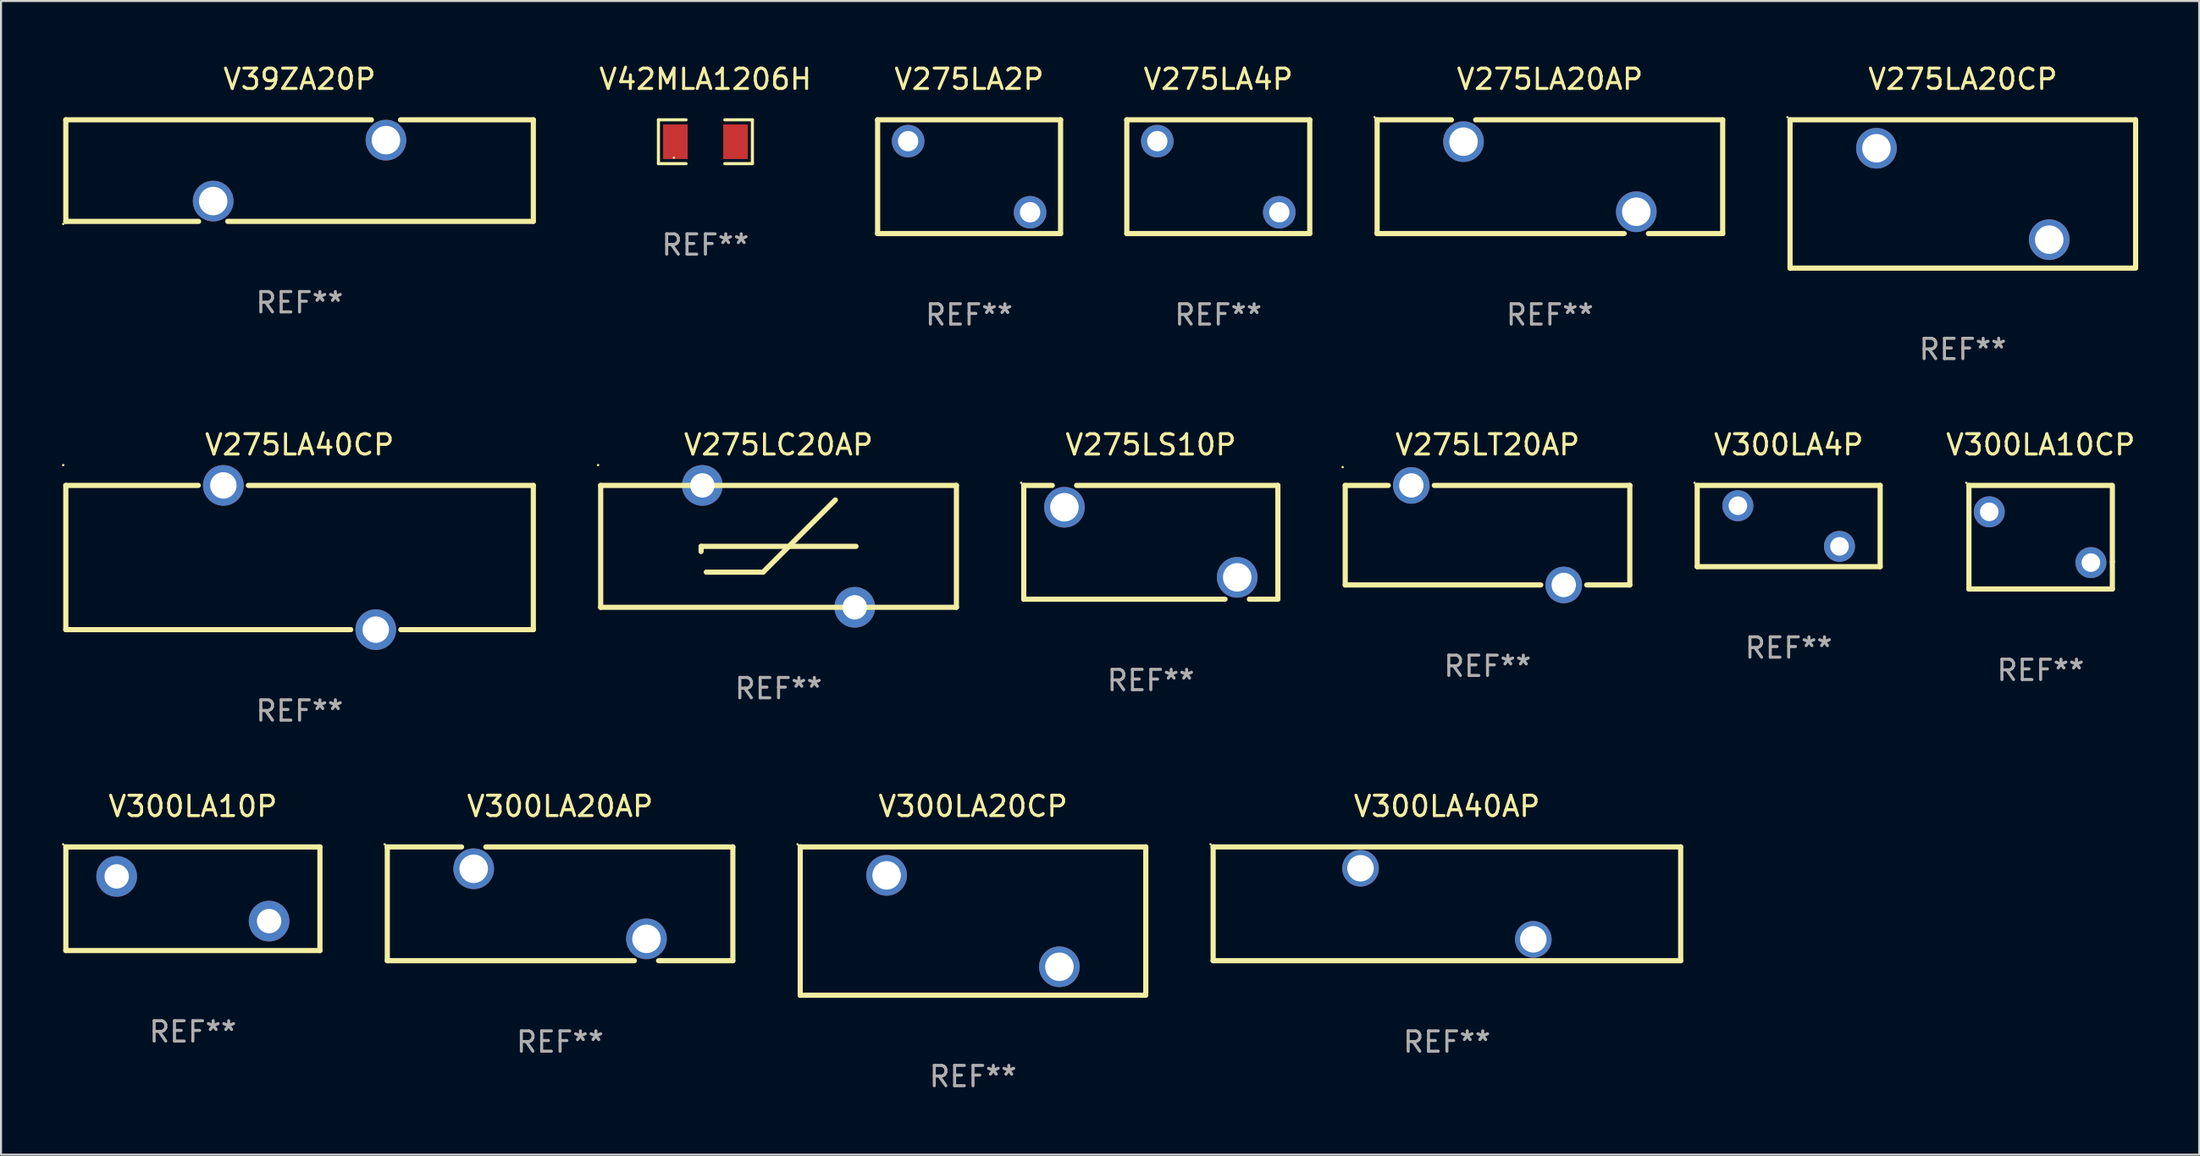
<source format=kicad_pcb>
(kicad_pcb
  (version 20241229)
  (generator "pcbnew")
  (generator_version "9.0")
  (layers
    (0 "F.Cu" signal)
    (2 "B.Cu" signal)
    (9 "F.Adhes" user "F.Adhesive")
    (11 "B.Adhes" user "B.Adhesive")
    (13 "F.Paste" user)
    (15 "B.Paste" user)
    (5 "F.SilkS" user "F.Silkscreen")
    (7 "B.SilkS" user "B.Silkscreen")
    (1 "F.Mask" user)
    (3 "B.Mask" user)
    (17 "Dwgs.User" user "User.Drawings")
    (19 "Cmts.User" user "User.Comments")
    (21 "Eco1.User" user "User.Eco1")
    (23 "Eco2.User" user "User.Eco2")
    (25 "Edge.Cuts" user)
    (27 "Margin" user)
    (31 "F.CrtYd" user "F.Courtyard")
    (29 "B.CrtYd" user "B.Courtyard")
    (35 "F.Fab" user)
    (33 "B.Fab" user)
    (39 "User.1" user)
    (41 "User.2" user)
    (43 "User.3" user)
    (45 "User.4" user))
  (footprint "V275LA20AP"
    (layer "F.Cu")
    (at 73.198 5.648)
    (property "Reference" "V275LA20AP" (at 0 -4.8 0) (layer "F.SilkS") (effects (font (size 1 1) (thickness 0.15))))
    (attr through_hole)
    (fp_line (start -8.5 -2.8) (end -4.847 -2.8) (stroke (width 0.254) (type solid)) (layer "F.SilkS"))
    (fp_line (start -8.5 2.8) (end -8.5 -2.8) (stroke (width 0.254) (type solid)) (layer "F.SilkS"))
    (fp_line (start -8.5 2.8) (end 3.652 2.8) (stroke (width 0.254) (type solid)) (layer "F.SilkS"))
    (fp_line (start -3.652 -2.8) (end 8.5 -2.8) (stroke (width 0.254) (type solid)) (layer "F.SilkS"))
    (fp_line (start 4.847 2.8) (end 8.5 2.8) (stroke (width 0.254) (type solid)) (layer "F.SilkS"))
    (fp_line (start 8.5 -2.8) (end 8.5 2.8) (stroke (width 0.254) (type solid)) (layer "F.SilkS"))
    (fp_circle (center -8.627 -2.927) (end -8.597 -2.927) (stroke (width 0.06) (type solid)) (fill no) (layer "F.SilkS"))
    (fp_text user "REF**" (at 0 6.8 0) (layer "F.Fab") (effects (font (size 1 1) (thickness 0.15))))
    (pad "1" thru_hole circle (at -4.25 -1.725) (size 2 2) (drill 1.4) (layers "*.Cu" "*.Mask"))
    (pad "2" thru_hole circle (at 4.25 1.725) (size 2 2) (drill 1.4) (layers "*.Cu" "*.Mask")))
  (footprint "V275LC20AP"
    (layer "F.Cu")
    (at 35.251 23.845)
    (property "Reference" "V275LC20AP" (at 0 -5 0) (layer "F.SilkS") (effects (font (size 1 1) (thickness 0.15))))
    (attr through_hole)
    (fp_line (start -8.75 -3) (end -8.75 3) (stroke (width 0.254) (type solid)) (layer "F.SilkS"))
    (fp_line (start -8.75 -3) (end 8.75 -3) (stroke (width 0.254) (type solid)) (layer "F.SilkS"))
    (fp_line (start -3.81 0) (end 3.81 0) (stroke (width 0.254) (type solid)) (layer "F.SilkS"))
    (fp_line (start -3.81 0.254) (end -3.81 0) (stroke (width 0.254) (type solid)) (layer "F.SilkS"))
    (fp_line (start -3.556 1.27) (end -0.762 1.27) (stroke (width 0.254) (type solid)) (layer "F.SilkS"))
    (fp_line (start -0.762 1.27) (end 2.794 -2.286) (stroke (width 0.254) (type solid)) (layer "F.SilkS"))
    (fp_line (start 8.75 3) (end -8.75 3) (stroke (width 0.254) (type solid)) (layer "F.SilkS"))
    (fp_line (start 8.75 3) (end 8.75 -3) (stroke (width 0.254) (type solid)) (layer "F.SilkS"))
    (fp_circle (center -8.877 -4) (end -8.847 -4) (stroke (width 0.06) (type solid)) (fill no) (layer "F.SilkS"))
    (fp_text user "REF**" (at 0 7 0) (layer "F.Fab") (effects (font (size 1 1) (thickness 0.15))))
    (pad "1" thru_hole circle (at -3.749 -3) (size 2 2) (drill 1.2) (layers "*.Cu" "*.Mask"))
    (pad "2" thru_hole circle (at 3.749 3) (size 2 2) (drill 1.2) (layers "*.Cu" "*.Mask")))
  (footprint "V300LA10P"
    (layer "F.Cu")
    (at 6.438 41.192)
    (property "Reference" "V300LA10P" (at 0 -4.55 0) (layer "F.SilkS") (effects (font (size 1 1) (thickness 0.15))))
    (attr through_hole)
    (fp_line (start -6.249 -2.55) (end 6.251 -2.55) (stroke (width 0.254) (type solid)) (layer "F.SilkS"))
    (fp_line (start -6.249 2.55) (end -6.249 -2.55) (stroke (width 0.254) (type solid)) (layer "F.SilkS"))
    (fp_line (start 6.251 -2.55) (end 6.251 2.55) (stroke (width 0.254) (type solid)) (layer "F.SilkS"))
    (fp_line (start 6.251 2.55) (end -6.251 2.55) (stroke (width 0.254) (type solid)) (layer "F.SilkS"))
    (fp_circle (center -6.378 -2.677) (end -6.348 -2.677) (stroke (width 0.06) (type solid)) (fill no) (layer "F.SilkS"))
    (fp_text user "REF**" (at 0 6.55 0) (layer "F.Fab") (effects (font (size 1 1) (thickness 0.15))))
    (pad "1" thru_hole circle (at -3.748 -1.1) (size 2 2) (drill 1.2) (layers "*.Cu" "*.Mask"))
    (pad "2" thru_hole circle (at 3.75 1.1) (size 2 2) (drill 1.2) (layers "*.Cu" "*.Mask")))
  (footprint "V275LT20AP"
    (layer "F.Cu")
    (at 70.129 23.295)
    (property "Reference" "V275LT20AP" (at 0 -4.45 0) (layer "F.SilkS") (effects (font (size 1 1) (thickness 0.15))))
    (attr through_hole)
    (fp_line (start -7 -2.45) (end -4.881 -2.45) (stroke (width 0.254) (type solid)) (layer "F.SilkS"))
    (fp_line (start -7 2.45) (end -7 -2.45) (stroke (width 0.254) (type solid)) (layer "F.SilkS"))
    (fp_line (start -7 2.45) (end 2.619 2.45) (stroke (width 0.254) (type solid)) (layer "F.SilkS"))
    (fp_line (start -2.619 -2.45) (end 7 -2.45) (stroke (width 0.254) (type solid)) (layer "F.SilkS"))
    (fp_line (start 4.881 2.45) (end 7 2.45) (stroke (width 0.254) (type solid)) (layer "F.SilkS"))
    (fp_line (start 7 -2.45) (end 7 2.45) (stroke (width 0.254) (type solid)) (layer "F.SilkS"))
    (fp_circle (center -7.127 -3.35) (end -7.097 -3.35) (stroke (width 0.06) (type solid)) (fill no) (layer "F.SilkS"))
    (fp_text user "REF**" (at 0 6.45 0) (layer "F.Fab") (effects (font (size 1 1) (thickness 0.15))))
    (pad "1" thru_hole circle (at -3.75 -2.45) (size 1.8 1.8) (drill 1.2) (layers "*.Cu" "*.Mask"))
    (pad "2" thru_hole circle (at 3.75 2.45) (size 1.8 1.8) (drill 1.2) (layers "*.Cu" "*.Mask")))
  (footprint "V300LA20CP"
    (layer "F.Cu")
    (at 44.817 42.291)
    (property "Reference" "V300LA20CP" (at 0 -5.65 0) (layer "F.SilkS") (effects (font (size 1 1) (thickness 0.15))))
    (attr through_hole)
    (fp_line (start -8.5 -3.65) (end -8.5 3.65) (stroke (width 0.254) (type solid)) (layer "F.SilkS"))
    (fp_line (start -8.5 -3.65) (end 8.5 -3.65) (stroke (width 0.254) (type solid)) (layer "F.SilkS"))
    (fp_line (start 8.5 -3.65) (end 8.5 3.556) (stroke (width 0.254) (type solid)) (layer "F.SilkS"))
    (fp_line (start 8.5 3.65) (end -8.5 3.65) (stroke (width 0.254) (type solid)) (layer "F.SilkS"))
    (fp_circle (center -8.627 -3.777) (end -8.597 -3.777) (stroke (width 0.06) (type solid)) (fill no) (layer "F.SilkS"))
    (fp_text user "REF**" (at 0 7.65 0) (layer "F.Fab") (effects (font (size 1 1) (thickness 0.15))))
    (pad "1" thru_hole circle (at -4.25 -2.25) (size 2 2) (drill 1.4) (layers "*.Cu" "*.Mask"))
    (pad "2" thru_hole circle (at 4.25 2.25) (size 2 2) (drill 1.4) (layers "*.Cu" "*.Mask")))
  (footprint "V275LA4P"
    (layer "F.Cu")
    (at 56.884 5.648)
    (property "Reference" "V275LA4P" (at 0 -4.8 0) (layer "F.SilkS") (effects (font (size 1 1) (thickness 0.15))))
    (attr through_hole)
    (fp_line (start -4.5 -2.8) (end 4.5 -2.8) (stroke (width 0.254) (type solid)) (layer "F.SilkS"))
    (fp_line (start -4.5 2.8) (end -4.5 -2.8) (stroke (width 0.254) (type solid)) (layer "F.SilkS"))
    (fp_line (start 4.5 -2.8) (end 4.5 2.8) (stroke (width 0.254) (type solid)) (layer "F.SilkS"))
    (fp_line (start 4.5 2.8) (end -4.5 2.8) (stroke (width 0.254) (type solid)) (layer "F.SilkS"))
    (fp_circle (center -4.572 -2.794) (end -4.542 -2.794) (stroke (width 0.06) (type solid)) (fill no) (layer "F.SilkS"))
    (fp_text user "REF**" (at 0 6.8 0) (layer "F.Fab") (effects (font (size 1 1) (thickness 0.15))))
    (pad "1" thru_hole circle (at -3 -1.75) (size 1.6 1.6) (drill 1) (layers "*.Cu" "*.Mask"))
    (pad "2" thru_hole circle (at 3 1.75) (size 1.6 1.6) (drill 1) (layers "*.Cu" "*.Mask")))
  (footprint "V275LA40CP"
    (layer "F.Cu")
    (at 11.687 24.395)
    (property "Reference" "V275LA40CP" (at 0 -5.55 0) (layer "F.SilkS") (effects (font (size 1 1) (thickness 0.15))))
    (attr through_hole)
    (fp_line (start -11.5 -3.55) (end -4.981 -3.55) (stroke (width 0.254) (type solid)) (layer "F.SilkS"))
    (fp_line (start -11.5 3.55) (end -11.5 -3.55) (stroke (width 0.254) (type solid)) (layer "F.SilkS"))
    (fp_line (start -2.519 -3.55) (end 11.5 -3.55) (stroke (width 0.254) (type solid)) (layer "F.SilkS"))
    (fp_line (start 2.519 3.55) (end -11.5 3.55) (stroke (width 0.254) (type solid)) (layer "F.SilkS"))
    (fp_line (start 11.5 -3.55) (end 11.5 3.55) (stroke (width 0.254) (type solid)) (layer "F.SilkS"))
    (fp_line (start 11.5 3.55) (end 4.981 3.55) (stroke (width 0.254) (type solid)) (layer "F.SilkS"))
    (fp_circle (center -11.627 -4.55) (end -11.597 -4.55) (stroke (width 0.06) (type solid)) (fill no) (layer "F.SilkS"))
    (fp_text user "REF**" (at 0 7.55 0) (layer "F.Fab") (effects (font (size 1 1) (thickness 0.15))))
    (pad "1" thru_hole circle (at -3.75 -3.55) (size 2 2) (drill 1.3) (layers "*.Cu" "*.Mask"))
    (pad "2" thru_hole circle (at 3.75 3.55) (size 2 2) (drill 1.3) (layers "*.Cu" "*.Mask")))
  (footprint "V300LA10CP"
    (layer "F.Cu")
    (at 97.34 23.395)
    (property "Reference" "V300LA10CP" (at 0 -4.55 0) (layer "F.SilkS") (effects (font (size 1 1) (thickness 0.15))))
    (attr through_hole)
    (fp_line (start -3.528 2.55) (end 3.528 2.55) (stroke (width 0.254) (type solid)) (layer "F.SilkS"))
    (fp_line (start -3.528 -2.55) (end -3.528 2.55) (stroke (width 0.254) (type solid)) (layer "F.SilkS"))
    (fp_line (start -3.528 -2.55) (end 3.472 -2.55) (stroke (width 0.254) (type solid)) (layer "F.SilkS"))
    (fp_line (start 3.528 1.207) (end 3.528 -2.55) (stroke (width 0.254) (type solid)) (layer "F.SilkS"))
    (fp_line (start 3.528 2.55) (end 3.528 1.207) (stroke (width 0.254) (type solid)) (layer "F.SilkS"))
    (fp_circle (center -3.655 -2.677) (end -3.625 -2.677) (stroke (width 0.06) (type solid)) (fill no) (layer "F.SilkS"))
    (fp_text user "REF**" (at 0 6.55 0) (layer "F.Fab") (effects (font (size 1 1) (thickness 0.15))))
    (pad "1" thru_hole circle (at -2.528 -1.25) (size 1.524 1.524) (drill 0.914) (layers "*.Cu" "*.Mask"))
    (pad "2" thru_hole circle (at 2.472 1.25) (size 1.524 1.524) (drill 0.914) (layers "*.Cu" "*.Mask")))
  (footprint "V39ZA20P"
    (layer "F.Cu")
    (at 11.687 5.348)
    (property "Reference" "V39ZA20P" (at 0 -4.5 0) (layer "F.SilkS") (effects (font (size 1 1) (thickness 0.15))))
    (attr through_hole)
    (fp_line (start -11.5 -2.5) (end -11.5 2.5) (stroke (width 0.254) (type solid)) (layer "F.SilkS"))
    (fp_line (start -11.5 -2.5) (end 3.534 -2.5) (stroke (width 0.254) (type solid)) (layer "F.SilkS"))
    (fp_line (start -4.966 2.5) (end -11.5 2.5) (stroke (width 0.254) (type solid)) (layer "F.SilkS"))
    (fp_line (start 4.966 -2.5) (end 11.5 -2.5) (stroke (width 0.254) (type solid)) (layer "F.SilkS"))
    (fp_line (start 11.5 -2.5) (end 11.5 2.5) (stroke (width 0.254) (type solid)) (layer "F.SilkS"))
    (fp_line (start 11.5 2.5) (end -3.533 2.5) (stroke (width 0.254) (type solid)) (layer "F.SilkS"))
    (fp_circle (center -11.627 2.627) (end -11.597 2.627) (stroke (width 0.06) (type solid)) (fill no) (layer "F.SilkS"))
    (fp_text user "REF**" (at 0 6.5 0) (layer "F.Fab") (effects (font (size 1 1) (thickness 0.15))))
    (pad "1" thru_hole circle (at -4.25 1.5) (size 2 2) (drill 1.4) (layers "*.Cu" "*.Mask"))
    (pad "2" thru_hole circle (at 4.25 -1.5) (size 2 2) (drill 1.4) (layers "*.Cu" "*.Mask")))
  (footprint "V300LA40AP"
    (layer "F.Cu")
    (at 68.131 41.441)
    (property "Reference" "V300LA40AP" (at 0 -4.8 0) (layer "F.SilkS") (effects (font (size 1 1) (thickness 0.15))))
    (attr through_hole)
    (fp_line (start -11.5 -2.8) (end -11.5 2.8) (stroke (width 0.254) (type solid)) (layer "F.SilkS"))
    (fp_line (start -11.5 -2.8) (end 11.5 -2.8) (stroke (width 0.254) (type solid)) (layer "F.SilkS"))
    (fp_line (start 11.5 -2.8) (end 11.5 2.8) (stroke (width 0.254) (type solid)) (layer "F.SilkS"))
    (fp_line (start 11.5 2.8) (end -11.5 2.8) (stroke (width 0.254) (type solid)) (layer "F.SilkS"))
    (fp_circle (center -11.627 -2.927) (end -11.597 -2.927) (stroke (width 0.06) (type solid)) (fill no) (layer "F.SilkS"))
    (fp_text user "REF**" (at 0 6.8 0) (layer "F.Fab") (effects (font (size 1 1) (thickness 0.15))))
    (pad "1" thru_hole circle (at -4.25 -1.75) (size 1.8 1.8) (drill 1.3) (layers "*.Cu" "*.Mask"))
    (pad "2" thru_hole circle (at 4.25 1.75) (size 1.8 1.8) (drill 1.3) (layers "*.Cu" "*.Mask")))
  (footprint "V275LA20CP"
    (layer "F.Cu")
    (at 93.512 6.498)
    (property "Reference" "V275LA20CP" (at 0 -5.65 0) (layer "F.SilkS") (effects (font (size 1 1) (thickness 0.15))))
    (attr through_hole)
    (fp_line (start -8.5 -3.65) (end -8.5 3.65) (stroke (width 0.254) (type solid)) (layer "F.SilkS"))
    (fp_line (start -8.5 -3.65) (end 8.5 -3.65) (stroke (width 0.254) (type solid)) (layer "F.SilkS"))
    (fp_line (start 8.5 -3.65) (end 8.5 3.556) (stroke (width 0.254) (type solid)) (layer "F.SilkS"))
    (fp_line (start 8.5 3.65) (end -8.5 3.65) (stroke (width 0.254) (type solid)) (layer "F.SilkS"))
    (fp_circle (center -8.627 -3.777) (end -8.597 -3.777) (stroke (width 0.06) (type solid)) (fill no) (layer "F.SilkS"))
    (fp_text user "REF**" (at 0 7.65 0) (layer "F.Fab") (effects (font (size 1 1) (thickness 0.15))))
    (pad "1" thru_hole circle (at -4.25 -2.25) (size 2 2) (drill 1.4) (layers "*.Cu" "*.Mask"))
    (pad "2" thru_hole circle (at 4.25 2.25) (size 2 2) (drill 1.4) (layers "*.Cu" "*.Mask")))
  (footprint "V300LA20AP"
    (layer "F.Cu")
    (at 24.503 41.441)
    (property "Reference" "V300LA20AP" (at 0 -4.8 0) (layer "F.SilkS") (effects (font (size 1 1) (thickness 0.15))))
    (attr through_hole)
    (fp_line (start -8.5 -2.8) (end -4.847 -2.8) (stroke (width 0.254) (type solid)) (layer "F.SilkS"))
    (fp_line (start -8.5 2.8) (end -8.5 -2.8) (stroke (width 0.254) (type solid)) (layer "F.SilkS"))
    (fp_line (start -8.5 2.8) (end 3.652 2.8) (stroke (width 0.254) (type solid)) (layer "F.SilkS"))
    (fp_line (start -3.652 -2.8) (end 8.5 -2.8) (stroke (width 0.254) (type solid)) (layer "F.SilkS"))
    (fp_line (start 4.847 2.8) (end 8.5 2.8) (stroke (width 0.254) (type solid)) (layer "F.SilkS"))
    (fp_line (start 8.5 -2.8) (end 8.5 2.8) (stroke (width 0.254) (type solid)) (layer "F.SilkS"))
    (fp_circle (center -8.627 -2.927) (end -8.597 -2.927) (stroke (width 0.06) (type solid)) (fill no) (layer "F.SilkS"))
    (fp_text user "REF**" (at 0 6.8 0) (layer "F.Fab") (effects (font (size 1 1) (thickness 0.15))))
    (pad "1" thru_hole circle (at -4.25 -1.725) (size 2 2) (drill 1.4) (layers "*.Cu" "*.Mask"))
    (pad "2" thru_hole circle (at 4.25 1.725) (size 2 2) (drill 1.4) (layers "*.Cu" "*.Mask")))
  (footprint "V42MLA1206H"
    (layer "F.Cu")
    (at 31.653 3.927)
    (property "Reference" "V42MLA1206H" (at 0 -3.079 0) (layer "F.SilkS") (effects (font (size 1 1) (thickness 0.15))))
    (attr through_hole)
    (fp_line (start -2.311 -1.079) (end -0.951 -1.079) (stroke (width 0.152) (type solid)) (layer "F.SilkS"))
    (fp_line (start -2.311 1.079) (end -2.311 -1.079) (stroke (width 0.152) (type solid)) (layer "F.SilkS"))
    (fp_line (start -0.951 1.079) (end -2.311 1.079) (stroke (width 0.152) (type solid)) (layer "F.SilkS"))
    (fp_line (start 0.951 1.079) (end 2.311 1.079) (stroke (width 0.152) (type solid)) (layer "F.SilkS"))
    (fp_line (start 2.311 -1.079) (end 0.951 -1.079) (stroke (width 0.152) (type solid)) (layer "F.SilkS"))
    (fp_line (start 2.311 1.079) (end 2.311 -1.079) (stroke (width 0.152) (type solid)) (layer "F.SilkS"))
    (fp_circle (center -1.55 0.787) (end -1.52 0.787) (stroke (width 0.06) (type solid)) (fill no) (layer "F.SilkS"))
    (fp_text user "REF**" (at 0 5.079 0) (layer "F.Fab") (effects (font (size 1 1) (thickness 0.15))))
    (pad "1" smd rect (at -1.479 0) (size 1.208 1.701) (layers "F.Cu" "F.Mask" "F.Paste"))
    (pad "2" smd rect (at 1.479 0) (size 1.208 1.701) (layers "F.Cu" "F.Mask" "F.Paste")))
  (footprint "V275LS10P"
    (layer "F.Cu")
    (at 53.565 23.645)
    (property "Reference" "V275LS10P" (at 0 -4.8 0) (layer "F.SilkS") (effects (font (size 1 1) (thickness 0.15))))
    (attr through_hole)
    (fp_line (start -6.25 -2.8) (end -4.847 -2.8) (stroke (width 0.254) (type solid)) (layer "F.SilkS"))
    (fp_line (start -6.25 2.8) (end -6.25 -2.8) (stroke (width 0.254) (type solid)) (layer "F.SilkS"))
    (fp_line (start -3.652 -2.8) (end 6.25 -2.8) (stroke (width 0.254) (type solid)) (layer "F.SilkS"))
    (fp_line (start 3.652 2.8) (end -6.25 2.8) (stroke (width 0.254) (type solid)) (layer "F.SilkS"))
    (fp_line (start 6.25 -2.8) (end 6.25 2.8) (stroke (width 0.254) (type solid)) (layer "F.SilkS"))
    (fp_line (start 6.25 2.8) (end 4.847 2.8) (stroke (width 0.254) (type solid)) (layer "F.SilkS"))
    (fp_circle (center -6.377 -2.927) (end -6.347 -2.927) (stroke (width 0.06) (type solid)) (fill no) (layer "F.SilkS"))
    (fp_text user "REF**" (at 0 6.8 0) (layer "F.Fab") (effects (font (size 1 1) (thickness 0.15))))
    (pad "1" thru_hole circle (at -4.25 -1.725) (size 2 2) (drill 1.4) (layers "*.Cu" "*.Mask"))
    (pad "2" thru_hole circle (at 4.25 1.725) (size 2 2) (drill 1.4) (layers "*.Cu" "*.Mask")))
  (footprint "V275LA2P"
    (layer "F.Cu")
    (at 44.625 5.648)
    (property "Reference" "V275LA2P" (at 0 -4.8 0) (layer "F.SilkS") (effects (font (size 1 1) (thickness 0.15))))
    (attr through_hole)
    (fp_line (start -4.5 -2.8) (end 4.5 -2.8) (stroke (width 0.254) (type solid)) (layer "F.SilkS"))
    (fp_line (start -4.5 2.8) (end -4.5 -2.8) (stroke (width 0.254) (type solid)) (layer "F.SilkS"))
    (fp_line (start 4.5 -2.8) (end 4.5 2.8) (stroke (width 0.254) (type solid)) (layer "F.SilkS"))
    (fp_line (start 4.5 2.8) (end -4.5 2.8) (stroke (width 0.254) (type solid)) (layer "F.SilkS"))
    (fp_circle (center -4.572 -2.794) (end -4.542 -2.794) (stroke (width 0.06) (type solid)) (fill no) (layer "F.SilkS"))
    (fp_text user "REF**" (at 0 6.8 0) (layer "F.Fab") (effects (font (size 1 1) (thickness 0.15))))
    (pad "1" thru_hole circle (at -3 -1.75) (size 1.6 1.6) (drill 1) (layers "*.Cu" "*.Mask"))
    (pad "2" thru_hole circle (at 3 1.75) (size 1.6 1.6) (drill 1) (layers "*.Cu" "*.Mask")))
  (footprint "V300LA4P"
    (layer "F.Cu")
    (at 84.944 22.845)
    (property "Reference" "V300LA4P" (at 0 -4 0) (layer "F.SilkS") (effects (font (size 1 1) (thickness 0.15))))
    (attr through_hole)
    (fp_line (start -4.499 -2) (end 4.501 -2) (stroke (width 0.254) (type solid)) (layer "F.SilkS"))
    (fp_line (start -4.499 1.998) (end -4.499 -2) (stroke (width 0.254) (type solid)) (layer "F.SilkS"))
    (fp_line (start 4.501 -2) (end 4.501 2) (stroke (width 0.254) (type solid)) (layer "F.SilkS"))
    (fp_line (start 4.501 2) (end -4.501 2) (stroke (width 0.254) (type solid)) (layer "F.SilkS"))
    (fp_circle (center -4.628 -2.127) (end -4.598 -2.127) (stroke (width 0.06) (type solid)) (fill no) (layer "F.SilkS"))
    (fp_text user "REF**" (at 0 6 0) (layer "F.Fab") (effects (font (size 1 1) (thickness 0.15))))
    (pad "1" thru_hole circle (at -2.499 -1) (size 1.524 1.524) (drill 0.914) (layers "*.Cu" "*.Mask"))
    (pad "2" thru_hole circle (at 2.5 1) (size 1.524 1.524) (drill 0.914) (layers "*.Cu" "*.Mask")))
  (gr_rect
    (start -3 -3)
    (end 105.139 53.79)
    (stroke (width 0.1) (type default))
    (fill no)
    (layer "Edge.Cuts")))
</source>
